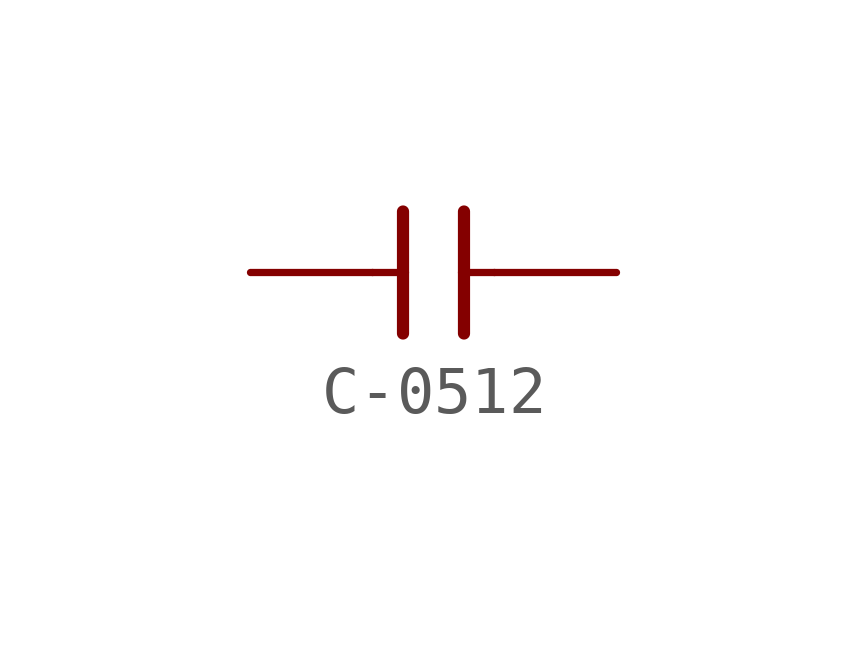
<source format=kicad_sym>
(kicad_symbol_lib
  (version 20220914)
  (generator kicad_symbol_editor)
  (symbol "C-0512"
    (property "Reference" "C"
      (at -3.81 0 0)
      (effects (font (size 1.27 1.079)) (justify left bottom) hide))
    (property "ki_locked" ""
      (at 0 0 0)
      (effects (font (size 1.27 1.27))))
    (symbol "C-0512_1_0"
      (polyline (pts (xy -1.27 0) (xy -0.635 0)) (stroke (width 0.152) (type solid)) (fill (type none)))
      (polyline (pts (xy -0.635 -1.27) (xy -0.635 0)) (stroke (width 0.254) (type solid)) (fill (type none)))
      (polyline (pts (xy -0.635 0) (xy -0.635 1.27)) (stroke (width 0.254) (type solid)) (fill (type none)))
      (polyline (pts (xy 0.635 0) (xy 0.635 -1.27)) (stroke (width 0.254) (type solid)) (fill (type none)))
      (polyline (pts (xy 0.635 0) (xy 1.27 0)) (stroke (width 0.152) (type solid)) (fill (type none)))
      (polyline (pts (xy 0.635 1.27) (xy 0.635 0)) (stroke (width 0.254) (type solid)) (fill (type none)))
      (pin passive line (at -3.81 0 0) (length 2.54) (name "1" (effects (font (size 0 0)))) (number "P$1" (effects (font (size 0 0)))))
      (pin passive line (at 3.81 0 180) (length 2.54) (name "2" (effects (font (size 0 0)))) (number "P$2" (effects (font (size 0 0))))))))
</source>
